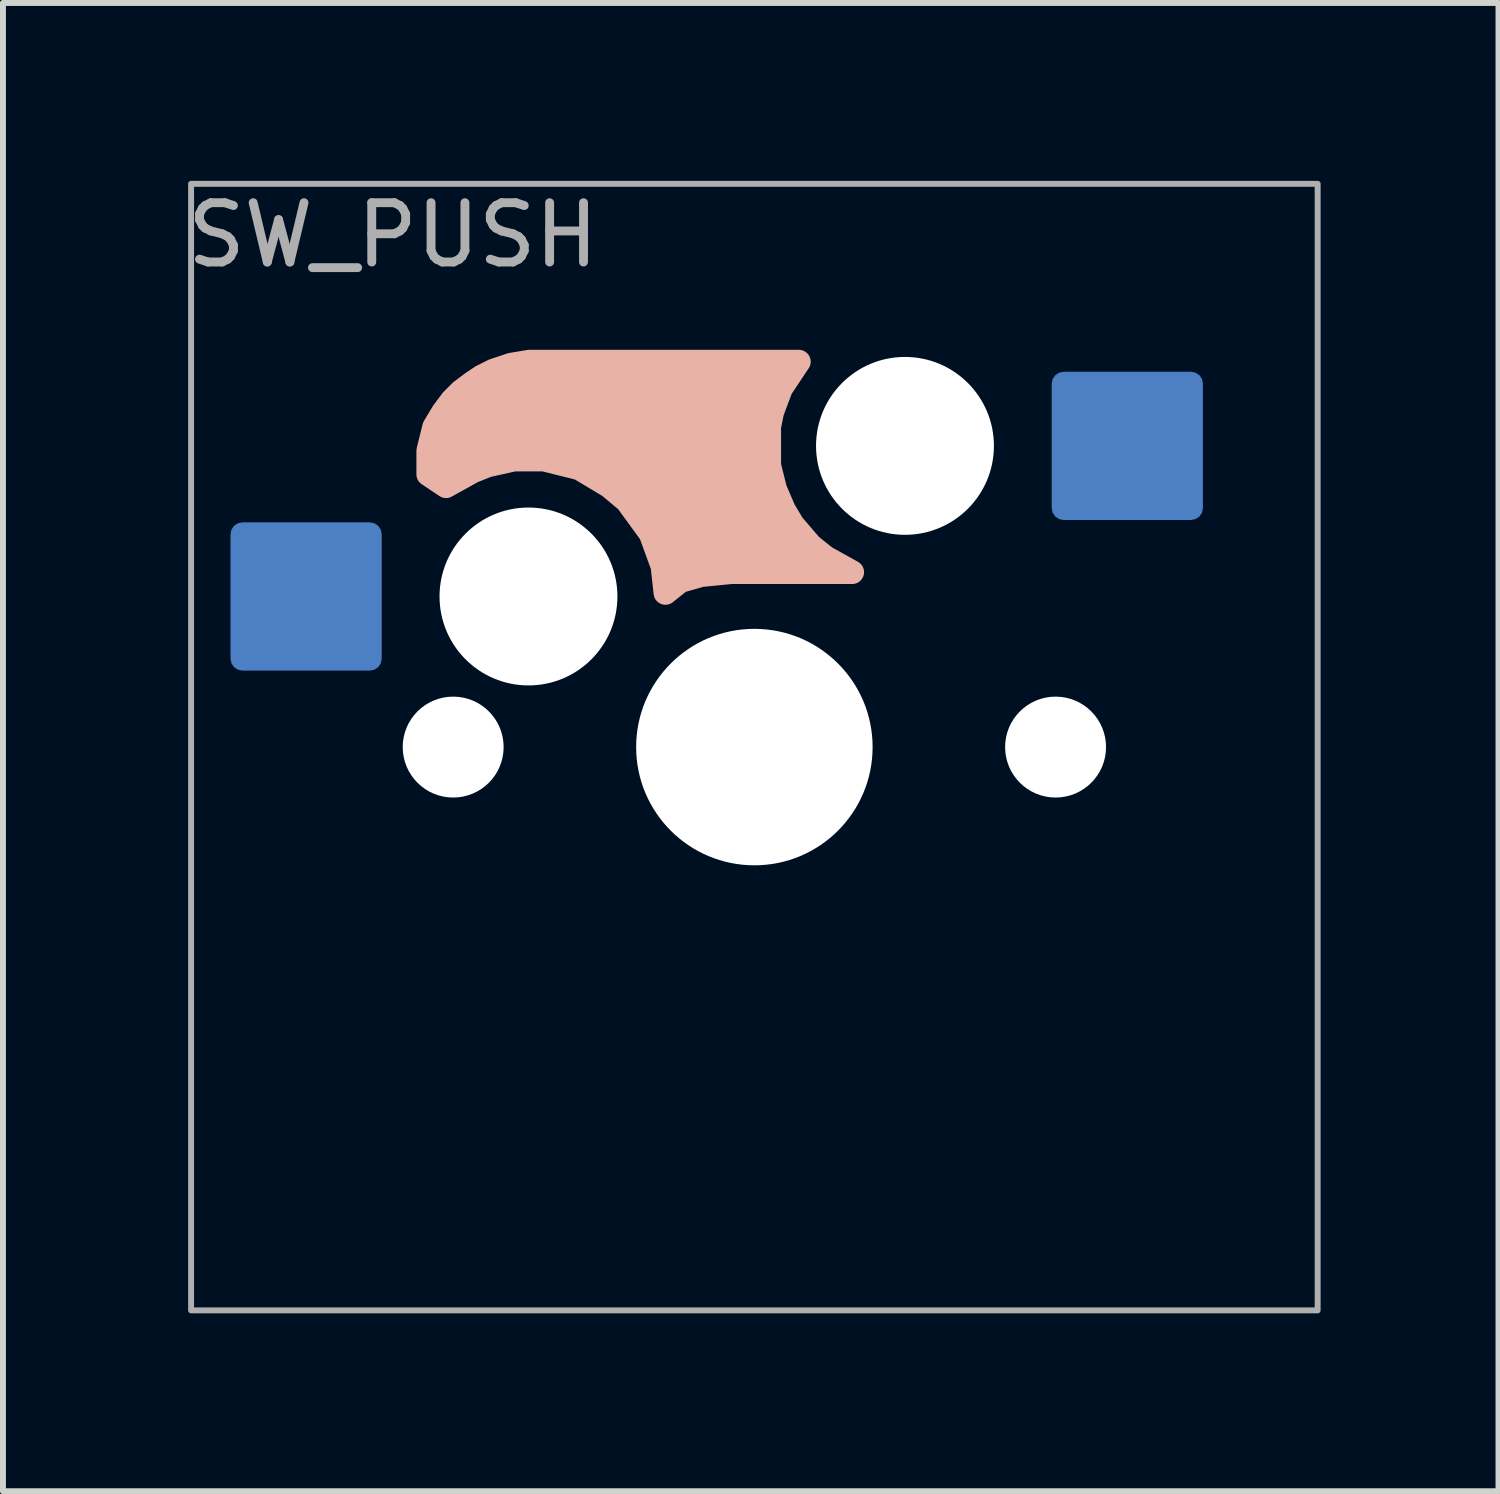
<source format=kicad_pcb>
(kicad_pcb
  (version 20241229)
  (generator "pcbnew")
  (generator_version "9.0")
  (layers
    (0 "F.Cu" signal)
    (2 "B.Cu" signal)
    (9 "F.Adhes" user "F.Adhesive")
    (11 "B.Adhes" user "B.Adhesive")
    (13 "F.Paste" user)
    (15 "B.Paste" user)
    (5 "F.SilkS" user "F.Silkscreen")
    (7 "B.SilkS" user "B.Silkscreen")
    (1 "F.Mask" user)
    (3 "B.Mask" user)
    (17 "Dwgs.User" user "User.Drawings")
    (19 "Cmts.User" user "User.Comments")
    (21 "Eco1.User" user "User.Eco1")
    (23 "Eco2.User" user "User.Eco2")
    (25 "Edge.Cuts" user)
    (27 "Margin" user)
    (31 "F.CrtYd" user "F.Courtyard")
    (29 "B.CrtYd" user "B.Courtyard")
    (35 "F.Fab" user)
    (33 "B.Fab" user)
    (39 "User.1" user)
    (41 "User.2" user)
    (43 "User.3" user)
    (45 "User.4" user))
  (footprint "SW_PUSH"
    (layer "F.Cu")
    (at 9.673 9.55)
    (property "Reference" "SW_PUSH" (at -6.096 -8.636 0) (layer "F.Fab") (effects (font (size 1 1) (thickness 0.15))))
    (attr smd)
    (fp_poly (pts (xy -3.6 -6.5) (xy -3.8 -6.5) (xy -4.1 -6.45) (xy -4.4 -6.35) (xy -4.6 -6.25) (xy -4.75 -6.15) (xy -4.95 -6) (xy -5.1 -5.85) (xy -5.25 -5.65) (xy -5.4 -5.4) (xy -5.5 -5) (xy -5.5 -4.6) (xy -5.35 -4.5) (xy -5.2 -4.4) (xy -4.75 -4.65) (xy -4.5 -4.75) (xy -4.05 -4.85) (xy -3.55 -4.85) (xy -2.95 -4.7) (xy -2.45 -4.4) (xy -2.15 -4.15) (xy -1.75 -3.6) (xy -1.55 -3.05) (xy -1.5 -2.6) (xy -1.25 -2.8) (xy -0.9 -2.9) (xy -0.4 -2.95) (xy 1.65 -2.95) (xy 1.2 -3.2) (xy 0.95 -3.4) (xy 0.65 -3.75) (xy 0.5 -4) (xy 0.35 -4.35) (xy 0.25 -4.75) (xy 0.25 -5.05) (xy 0.25 -5.4) (xy 0.3 -5.65) (xy 0.45 -6.05) (xy 0.75 -6.5)) (stroke (width 0.4) (type solid)) (fill yes) (layer "B.SilkS"))
    (fp_rect (start -9.5 -9.5) (end 9.5 9.5) (stroke (width 0.1) (type solid)) (fill no) (layer "F.Fab"))
    (pad "" np_thru_hole circle (at -5.08 0) (size 1.702 1.702) (drill 1.702) (layers "*.Cu" "*.Mask"))
    (pad "" np_thru_hole circle (at -3.81 -2.54) (size 3 3) (drill 3) (layers "*.Cu" "*.Mask"))
    (pad "" np_thru_hole circle (at 0 0) (size 3.988 3.988) (drill 3.988) (layers "*.Cu" "*.Mask"))
    (pad "" np_thru_hole circle (at 2.54 -5.08) (size 3 3) (drill 3) (layers "*.Cu" "*.Mask"))
    (pad "" np_thru_hole circle (at 5.08 0) (size 1.702 1.702) (drill 1.702) (layers "*.Cu" "*.Mask"))
    (pad "1" smd roundrect (at 6.29 -5.08) (size 2.55 2.5) (layers "B.Cu" "B.Mask" "B.Paste") (roundrect_rratio 0.08))
    (pad "2" smd roundrect (at -7.56 -2.54) (size 2.55 2.5) (layers "B.Cu" "B.Mask" "B.Paste") (roundrect_rratio 0.08)))
  (gr_rect
    (start -3 -3)
    (end 22.223 22.1)
    (stroke (width 0.1) (type default))
    (fill no)
    (layer "Edge.Cuts")))
</source>
